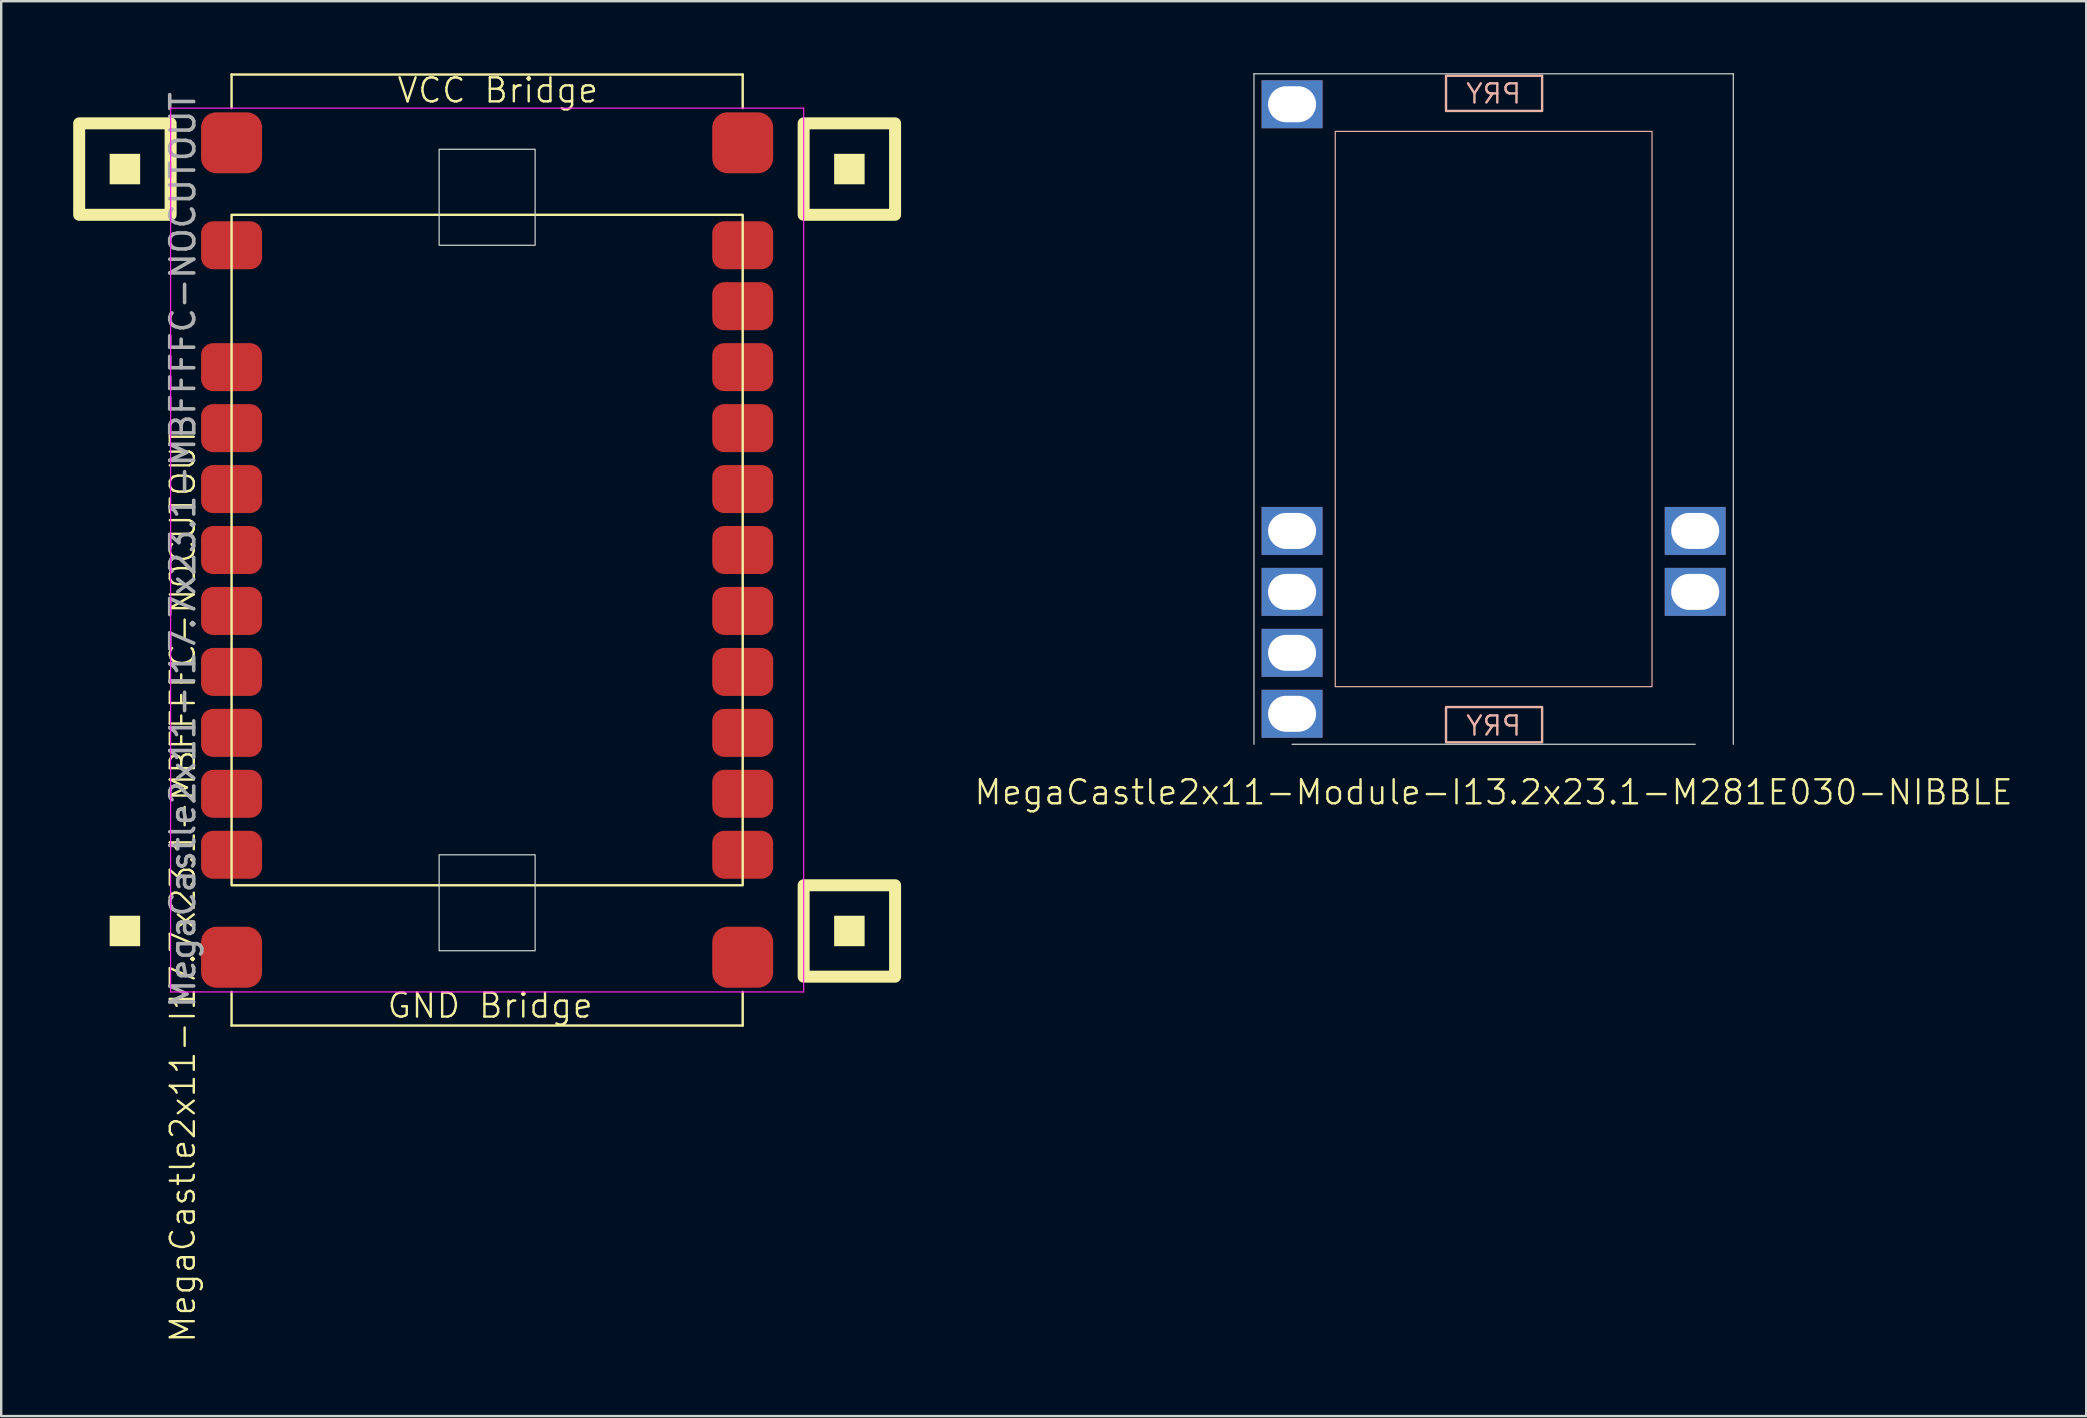
<source format=kicad_pcb>
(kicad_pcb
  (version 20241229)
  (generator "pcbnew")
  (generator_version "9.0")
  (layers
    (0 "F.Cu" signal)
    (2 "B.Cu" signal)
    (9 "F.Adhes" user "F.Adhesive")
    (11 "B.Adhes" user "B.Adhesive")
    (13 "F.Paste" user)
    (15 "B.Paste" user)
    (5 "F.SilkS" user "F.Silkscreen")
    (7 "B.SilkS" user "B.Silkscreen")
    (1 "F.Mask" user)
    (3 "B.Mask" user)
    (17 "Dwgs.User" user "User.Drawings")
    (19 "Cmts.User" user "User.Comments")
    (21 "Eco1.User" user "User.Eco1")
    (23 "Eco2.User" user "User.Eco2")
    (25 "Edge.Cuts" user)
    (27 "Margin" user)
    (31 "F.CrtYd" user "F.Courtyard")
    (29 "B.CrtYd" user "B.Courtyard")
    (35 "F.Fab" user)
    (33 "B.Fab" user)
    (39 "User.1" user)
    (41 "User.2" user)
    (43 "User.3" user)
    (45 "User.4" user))
  (footprint "MegaCastle2x11-Module-I13.2x23.1-M281E030-NIBBLE"
    (layer "F.Cu")
    (at 59.193 13.995)
    (property "Reference" "MegaCastle2x11-Module-I13.2x23.1-M281E030-NIBBLE" (at 0 15.97 0) (unlocked yes) (layer "F.SilkS") (effects (font (size 1 1) (thickness 0.1))))
    (attr smd)
    (fp_rect (start -6.6 11.57) (end 6.6 -11.57) (stroke (width 0.05) (type default)) (fill no) (layer "B.SilkS"))
    (fp_rect (start -1.984 -12.421) (end 2.02 -13.89) (stroke (width 0.1) (type default)) (fill no) (layer "B.SilkS"))
    (fp_rect (start -1.984 12.421) (end 2.02 13.89) (stroke (width 0.1) (type default)) (fill no) (layer "B.SilkS"))
    (fp_line (start -9.987 -13.97) (end -9.987 13.97) (stroke (width 0.05) (type default)) (layer "Edge.Cuts"))
    (fp_line (start -9.987 -13.97) (end 9.987 -13.97) (stroke (width 0.05) (type default)) (layer "Edge.Cuts"))
    (fp_line (start -8.4 13.97) (end 8.4 13.97) (stroke (width 0.05) (type default)) (layer "Edge.Cuts"))
    (fp_line (start 9.987 -13.97) (end 9.987 13.97) (stroke (width 0.05) (type default)) (layer "Edge.Cuts"))
    (fp_text user "PRY" (at 0 13.67 0) (unlocked yes) (layer "B.SilkS") (effects (font (size 0.8 0.8) (thickness 0.1)) (justify bottom mirror)))
    (fp_text user "PRY" (at 0 -12.67 0) (unlocked yes) (layer "B.SilkS") (effects (font (size 0.8 0.8) (thickness 0.1)) (justify bottom mirror)))
    (pad "1" thru_hole rect (at -8.4 -12.7) (size 2.54 2) (drill oval 2 1.5) (property pad_prop_castellated) (layers "*.Cu" "*.Mask"))
    (pad "8" thru_hole rect (at -8.4 5.08) (size 2.54 2) (drill oval 2 1.5) (property pad_prop_castellated) (layers "*.Cu" "*.Mask"))
    (pad "9" thru_hole rect (at -8.4 7.62) (size 2.54 2) (drill oval 2 1.5) (property pad_prop_castellated) (layers "*.Cu" "*.Mask"))
    (pad "10" thru_hole rect (at -8.4 10.16) (size 2.54 2) (drill oval 2 1.5) (property pad_prop_castellated) (layers "*.Cu" "*.Mask"))
    (pad "11" thru_hole rect (at -8.4 12.7) (size 2.54 2) (drill oval 2 1.5) (property pad_prop_castellated) (layers "*.Cu" "*.Mask"))
    (pad "19" thru_hole rect (at 8.4 5.08) (size 2.54 2) (drill oval 2 1.5) (property pad_prop_castellated) (layers "*.Cu" "*.Mask"))
    (pad "20" thru_hole rect (at 8.4 7.62) (size 2.54 2) (drill oval 2 1.5) (property pad_prop_castellated) (layers "*.Cu" "*.Mask"))
    (zone (net_name "") (layer "B.Cu") (hatch edge 0.5) (connect_pads) (min_thickness 0.25) (filled_areas_thickness no) (keepout (tracks allowed) (vias allowed) (pads allowed) (copperpour allowed) (footprints not_allowed)) (placement (enabled no)) (fill) (polygon (pts (xy 50.793 27.965) (xy 50.793 0.025) (xy 52.593 0.025) (xy 52.593 27.965))))
    (zone (net_name "") (layer "B.Cu") (hatch edge 0.5) (connect_pads) (min_thickness 0.25) (filled_areas_thickness no) (keepout (tracks allowed) (vias allowed) (pads allowed) (copperpour allowed) (footprints not_allowed)) (placement (enabled no)) (fill) (polygon (pts (xy 52.593 0.025) (xy 52.593 2.425) (xy 65.793 2.425) (xy 65.793 0.025))))
    (zone (net_name "") (layer "B.Cu") (hatch edge 0.5) (connect_pads) (min_thickness 0.25) (filled_areas_thickness no) (keepout (tracks allowed) (vias allowed) (pads allowed) (copperpour allowed) (footprints not_allowed)) (placement (enabled no)) (fill) (polygon (pts (xy 52.593 27.965) (xy 52.593 25.565) (xy 65.793 25.565) (xy 65.793 27.965))))
    (zone (net_name "") (layer "B.Cu") (name "Upper Pry Zone") (hatch edge 0.5) (connect_pads) (min_thickness 0.25) (filled_areas_thickness no) (keepout (tracks not_allowed) (vias not_allowed) (pads not_allowed) (copperpour allowed) (footprints not_allowed)) (placement (enabled no)) (fill) (polygon (pts (xy 57.209 1.574) (xy 57.209 0.105) (xy 61.212 0.105) (xy 61.212 1.574))))
    (zone (net_name "") (layer "B.Cu") (name "Upper Pry Zone") (hatch edge 0.5) (connect_pads) (min_thickness 0.25) (filled_areas_thickness no) (keepout (tracks not_allowed) (vias not_allowed) (pads not_allowed) (copperpour allowed) (footprints not_allowed)) (placement (enabled no)) (fill) (polygon (pts (xy 57.209 26.416) (xy 57.209 27.885) (xy 61.212 27.885) (xy 61.212 26.416))))
    (zone (net_name "") (layer "B.Cu") (hatch edge 0.5) (connect_pads) (min_thickness 0.25) (filled_areas_thickness no) (keepout (tracks allowed) (vias allowed) (pads allowed) (copperpour allowed) (footprints not_allowed)) (placement (enabled no)) (fill) (polygon (pts (xy 67.593 27.965) (xy 67.593 0.025) (xy 65.793 0.025) (xy 65.793 27.965)))))
  (footprint "MegaCastle2x11-I17.7x23.1-MBFFFFC-NOCUTOUT"
    (layer "F.Cu")
    (at 17.25 19.87)
    (property "Reference" "MegaCastle2x11-I17.7x23.1-MBFFFFC-NOCUTOUT" (at -12.682 13.97 90) (unlocked yes) (layer "F.SilkS") (effects (font (size 1 1) (thickness 0.1))))
    (attr smd)
    (fp_line (start -10.65 -19.815) (end 10.65 -19.815) (stroke (width 0.1) (type default)) (layer "F.SilkS"))
    (fp_line (start -10.65 -18.415) (end -10.65 -19.815) (stroke (width 0.1) (type default)) (layer "F.SilkS"))
    (fp_line (start -10.65 18.415) (end -10.65 19.815) (stroke (width 0.1) (type default)) (layer "F.SilkS"))
    (fp_line (start -10.65 19.815) (end 10.65 19.815) (stroke (width 0.1) (type default)) (layer "F.SilkS"))
    (fp_line (start 10.65 -18.415) (end 10.65 -19.815) (stroke (width 0.1) (type default)) (layer "F.SilkS"))
    (fp_line (start 10.65 18.415) (end 10.65 19.815) (stroke (width 0.1) (type default)) (layer "F.SilkS"))
    (fp_rect (start -14.46 -15.24) (end -15.73 -16.51) (stroke (width 0) (type solid)) (fill yes) (layer "F.SilkS"))
    (fp_rect (start -14.46 16.51) (end -15.73 15.24) (stroke (width 0) (type solid)) (fill yes) (layer "F.SilkS"))
    (fp_rect (start -13.19 -13.97) (end -17 -17.78) (stroke (width 0.5) (type default)) (fill no) (layer "F.SilkS"))
    (fp_rect (start -10.65 -13.97) (end 10.65 13.97) (stroke (width 0.1) (type default)) (fill no) (layer "F.SilkS"))
    (fp_rect (start 15.73 -15.24) (end 14.46 -16.51) (stroke (width 0) (type solid)) (fill yes) (layer "F.SilkS"))
    (fp_rect (start 15.73 16.51) (end 14.46 15.24) (stroke (width 0) (type solid)) (fill yes) (layer "F.SilkS"))
    (fp_rect (start 17 -13.97) (end 13.19 -17.78) (stroke (width 0.5) (type default)) (fill no) (layer "F.SilkS"))
    (fp_rect (start 17 17.78) (end 13.19 13.97) (stroke (width 0.5) (type default)) (fill no) (layer "F.SilkS"))
    (fp_rect (start -2 -12.7) (end 2 -16.7) (stroke (width 0.05) (type default)) (fill no) (layer "Edge.Cuts"))
    (fp_rect (start -2 12.7) (end 2 16.7) (stroke (width 0.05) (type default)) (fill no) (layer "Edge.Cuts"))
    (fp_line (start -13.19 -18.415) (end -13.19 18.415) (stroke (width 0.05) (type default)) (layer "F.CrtYd"))
    (fp_line (start -13.19 18.415) (end 13.19 18.415) (stroke (width 0.05) (type default)) (layer "F.CrtYd"))
    (fp_line (start 13.19 -18.415) (end -13.19 -18.415) (stroke (width 0.05) (type default)) (layer "F.CrtYd"))
    (fp_line (start 13.19 -18.415) (end 13.19 18.415) (stroke (width 0.05) (type default)) (layer "F.CrtYd"))
    (fp_text user "GND Bridge" (at -4.226 19.57 0) (unlocked yes) (layer "F.SilkS") (effects (font (size 1 1) (thickness 0.1)) (justify left bottom)))
    (fp_text user "VCC Bridge" (at -3.81 -18.57 0) (unlocked yes) (layer "F.SilkS") (effects (font (size 1 1) (thickness 0.1)) (justify left bottom)))
    (fp_text user "${REFERENCE}" (at -12.682 0 90) (unlocked yes) (layer "F.Fab") (effects (font (size 1 1) (thickness 0.15))))
    (pad "1" smd roundrect (at -10.65 -12.7) (size 2.54 2) (layers "F.Cu" "F.Mask" "F.Paste") (roundrect_rratio 0.25))
    (pad "3" smd roundrect (at -10.65 -7.62) (size 2.54 2) (layers "F.Cu" "F.Mask" "F.Paste") (roundrect_rratio 0.25))
    (pad "4" smd roundrect (at -10.65 -5.08) (size 2.54 2) (layers "F.Cu" "F.Mask" "F.Paste") (roundrect_rratio 0.25))
    (pad "5" smd roundrect (at -10.65 -2.54) (size 2.54 2) (layers "F.Cu" "F.Mask" "F.Paste") (roundrect_rratio 0.25))
    (pad "6" smd roundrect (at -10.65 0) (size 2.54 2) (layers "F.Cu" "F.Mask" "F.Paste") (roundrect_rratio 0.25))
    (pad "7" smd roundrect (at -10.65 2.54) (size 2.54 2) (layers "F.Cu" "F.Mask" "F.Paste") (roundrect_rratio 0.25))
    (pad "8" smd roundrect (at -10.65 5.08) (size 2.54 2) (layers "F.Cu" "F.Mask" "F.Paste") (roundrect_rratio 0.25))
    (pad "9" smd roundrect (at -10.65 7.62) (size 2.54 2) (layers "F.Cu" "F.Mask" "F.Paste") (roundrect_rratio 0.25))
    (pad "10" smd roundrect (at -10.65 10.16) (size 2.54 2) (layers "F.Cu" "F.Mask" "F.Paste") (roundrect_rratio 0.25))
    (pad "11" smd roundrect (at -10.65 12.7) (size 2.54 2) (layers "F.Cu" "F.Mask" "F.Paste") (roundrect_rratio 0.25))
    (pad "12" smd roundrect (at 10.65 -12.7) (size 2.54 2) (layers "F.Cu" "F.Mask" "F.Paste") (roundrect_rratio 0.25))
    (pad "13" smd roundrect (at 10.65 -10.16) (size 2.54 2) (layers "F.Cu" "F.Mask" "F.Paste") (roundrect_rratio 0.25))
    (pad "14" smd roundrect (at 10.65 -7.62) (size 2.54 2) (layers "F.Cu" "F.Mask" "F.Paste") (roundrect_rratio 0.25))
    (pad "15" smd roundrect (at 10.65 -5.08) (size 2.54 2) (layers "F.Cu" "F.Mask" "F.Paste") (roundrect_rratio 0.25))
    (pad "16" smd roundrect (at 10.65 -2.54) (size 2.54 2) (layers "F.Cu" "F.Mask" "F.Paste") (roundrect_rratio 0.25))
    (pad "17" smd roundrect (at 10.65 0) (size 2.54 2) (layers "F.Cu" "F.Mask" "F.Paste") (roundrect_rratio 0.25))
    (pad "18" smd roundrect (at 10.65 2.54) (size 2.54 2) (layers "F.Cu" "F.Mask" "F.Paste") (roundrect_rratio 0.25))
    (pad "19" smd roundrect (at 10.65 5.08) (size 2.54 2) (layers "F.Cu" "F.Mask" "F.Paste") (roundrect_rratio 0.25))
    (pad "20" smd roundrect (at 10.65 7.62) (size 2.54 2) (layers "F.Cu" "F.Mask" "F.Paste") (roundrect_rratio 0.25))
    (pad "21" smd roundrect (at 10.65 10.16) (size 2.54 2) (layers "F.Cu" "F.Mask" "F.Paste") (roundrect_rratio 0.25))
    (pad "22" smd roundrect (at 10.65 12.7) (size 2.54 2) (layers "F.Cu" "F.Mask" "F.Paste") (roundrect_rratio 0.25))
    (pad "A1" smd roundrect (at -10.65 -16.97) (size 2.54 2.54) (layers "F.Cu" "F.Mask" "F.Paste") (roundrect_rratio 0.25))
    (pad "A2" smd roundrect (at 10.65 -16.97) (size 2.54 2.54) (layers "F.Cu" "F.Mask" "F.Paste") (roundrect_rratio 0.25))
    (pad "B1" smd roundrect (at -10.65 16.97) (size 2.54 2.54) (layers "F.Cu" "F.Mask" "F.Paste") (roundrect_rratio 0.25))
    (pad "B2" smd roundrect (at 10.65 16.97) (size 2.54 2.54) (layers "F.Cu" "F.Mask" "F.Paste") (roundrect_rratio 0.25)))
  (gr_rect
    (start -3 -3)
    (end 83.886 55.961)
    (stroke (width 0.1) (type default))
    (fill no)
    (layer "Edge.Cuts")))
</source>
